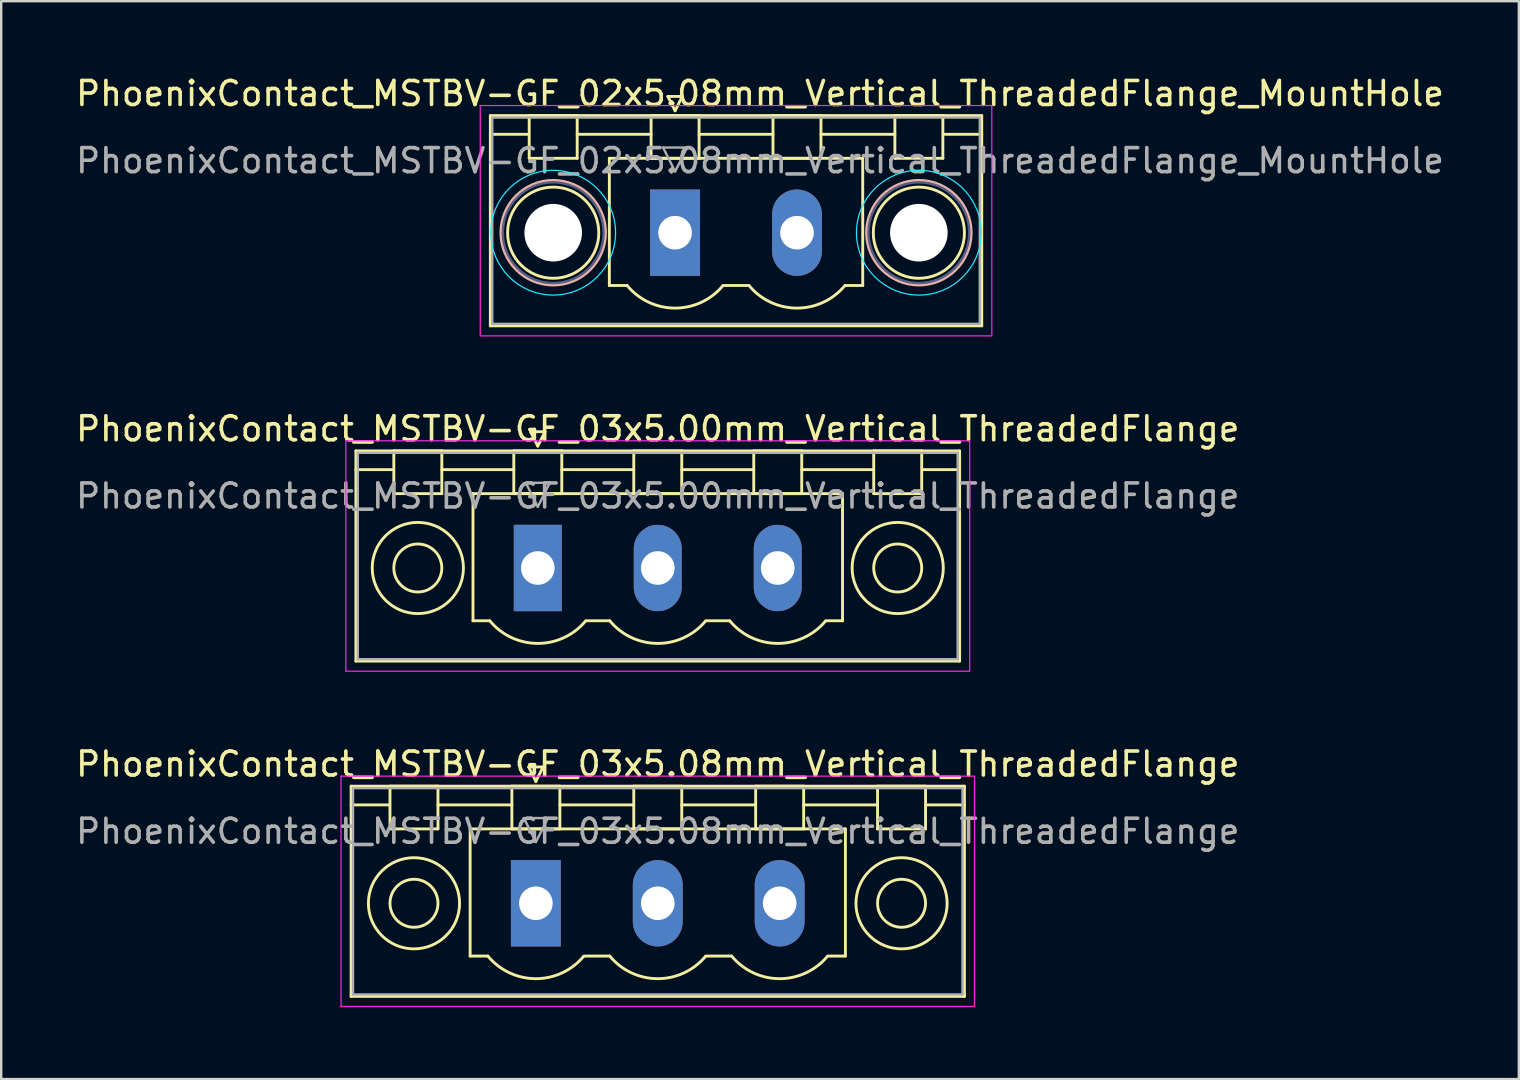
<source format=kicad_pcb>
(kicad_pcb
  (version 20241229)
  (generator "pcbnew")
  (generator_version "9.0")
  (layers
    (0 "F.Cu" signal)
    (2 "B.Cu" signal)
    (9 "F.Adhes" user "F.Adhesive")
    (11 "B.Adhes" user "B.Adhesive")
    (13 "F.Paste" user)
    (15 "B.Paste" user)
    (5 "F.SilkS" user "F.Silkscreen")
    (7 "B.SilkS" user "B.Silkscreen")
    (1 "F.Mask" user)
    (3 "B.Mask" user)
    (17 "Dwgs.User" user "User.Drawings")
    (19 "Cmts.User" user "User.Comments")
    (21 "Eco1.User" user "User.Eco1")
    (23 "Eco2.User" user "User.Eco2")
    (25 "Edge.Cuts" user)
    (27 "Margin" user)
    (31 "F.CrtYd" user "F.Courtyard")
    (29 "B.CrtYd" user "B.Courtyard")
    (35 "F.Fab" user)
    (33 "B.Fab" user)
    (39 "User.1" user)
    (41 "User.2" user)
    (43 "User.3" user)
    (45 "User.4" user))
  (footprint "PhoenixContact_MSTBV-GF_02x5.08mm_Vertical_ThreadedFlange_MountHole"
    (layer "F.Cu")
    (at 25.085 6.648)
    (property "Reference" "PhoenixContact_MSTBV-GF_02x5.08mm_Vertical_ThreadedFlange_MountHole" (at 3.54 -5.8 0) (layer "F.SilkS") (effects (font (size 1 1) (thickness 0.15))))
    (attr through_hole)
    (fp_line (start -7.7 -4.88) (end -7.7 3.88) (stroke (width 0.12) (type solid)) (layer "F.SilkS"))
    (fp_line (start -7.7 -4.1) (end -6.16 -4.1) (stroke (width 0.12) (type solid)) (layer "F.SilkS"))
    (fp_line (start -7.7 3.88) (end 12.78 3.88) (stroke (width 0.12) (type solid)) (layer "F.SilkS"))
    (fp_line (start -6.08 -4.88) (end -4.08 -4.88) (stroke (width 0.12) (type solid)) (layer "F.SilkS"))
    (fp_line (start -6.08 -3.1) (end -6.08 -4.88) (stroke (width 0.12) (type solid)) (layer "F.SilkS"))
    (fp_line (start -4.08 -4.88) (end -4.08 -3.1) (stroke (width 0.12) (type solid)) (layer "F.SilkS"))
    (fp_line (start -4.08 -4.1) (end -1 -4.1) (stroke (width 0.12) (type solid)) (layer "F.SilkS"))
    (fp_line (start -4.08 -3.1) (end -6.08 -3.1) (stroke (width 0.12) (type solid)) (layer "F.SilkS"))
    (fp_line (start -2.74 -3.1) (end 7.82 -3.1) (stroke (width 0.12) (type solid)) (layer "F.SilkS"))
    (fp_line (start -2.74 2.2) (end -2.74 -3.1) (stroke (width 0.12) (type solid)) (layer "F.SilkS"))
    (fp_line (start -2 2.2) (end -2.74 2.2) (stroke (width 0.12) (type solid)) (layer "F.SilkS"))
    (fp_line (start -1 -4.88) (end 1 -4.88) (stroke (width 0.12) (type solid)) (layer "F.SilkS"))
    (fp_line (start -1 -3.1) (end -1 -4.88) (stroke (width 0.12) (type solid)) (layer "F.SilkS"))
    (fp_line (start -0.3 -5.68) (end 0.3 -5.68) (stroke (width 0.12) (type solid)) (layer "F.SilkS"))
    (fp_line (start 0 -5.08) (end -0.3 -5.68) (stroke (width 0.12) (type solid)) (layer "F.SilkS"))
    (fp_line (start 0.3 -5.68) (end 0 -5.08) (stroke (width 0.12) (type solid)) (layer "F.SilkS"))
    (fp_line (start 1 -4.88) (end 1 -3.1) (stroke (width 0.12) (type solid)) (layer "F.SilkS"))
    (fp_line (start 1 -4.1) (end 4.08 -4.1) (stroke (width 0.12) (type solid)) (layer "F.SilkS"))
    (fp_line (start 1 -3.1) (end -1 -3.1) (stroke (width 0.12) (type solid)) (layer "F.SilkS"))
    (fp_line (start 2 2.2) (end 3.08 2.2) (stroke (width 0.12) (type solid)) (layer "F.SilkS"))
    (fp_line (start 4.08 -4.88) (end 6.08 -4.88) (stroke (width 0.12) (type solid)) (layer "F.SilkS"))
    (fp_line (start 4.08 -3.1) (end 4.08 -4.88) (stroke (width 0.12) (type solid)) (layer "F.SilkS"))
    (fp_line (start 6.08 -4.88) (end 6.08 -3.1) (stroke (width 0.12) (type solid)) (layer "F.SilkS"))
    (fp_line (start 6.08 -4.1) (end 9.16 -4.1) (stroke (width 0.12) (type solid)) (layer "F.SilkS"))
    (fp_line (start 6.08 -3.1) (end 4.08 -3.1) (stroke (width 0.12) (type solid)) (layer "F.SilkS"))
    (fp_line (start 7.82 -3.1) (end 7.82 2.2) (stroke (width 0.12) (type solid)) (layer "F.SilkS"))
    (fp_line (start 7.82 2.2) (end 7.08 2.2) (stroke (width 0.12) (type solid)) (layer "F.SilkS"))
    (fp_line (start 9.16 -4.88) (end 11.16 -4.88) (stroke (width 0.12) (type solid)) (layer "F.SilkS"))
    (fp_line (start 9.16 -3.1) (end 9.16 -4.88) (stroke (width 0.12) (type solid)) (layer "F.SilkS"))
    (fp_line (start 11.16 -4.88) (end 11.16 -3.1) (stroke (width 0.12) (type solid)) (layer "F.SilkS"))
    (fp_line (start 11.16 -3.1) (end 9.16 -3.1) (stroke (width 0.12) (type solid)) (layer "F.SilkS"))
    (fp_line (start 12.78 -4.88) (end -7.7 -4.88) (stroke (width 0.12) (type solid)) (layer "F.SilkS"))
    (fp_line (start 12.78 -4.1) (end 11.24 -4.1) (stroke (width 0.12) (type solid)) (layer "F.SilkS"))
    (fp_line (start 12.78 3.88) (end 12.78 -4.88) (stroke (width 0.12) (type solid)) (layer "F.SilkS"))
    (fp_arc (start 1.986842 2.215821) (mid -0.010289 3.142758) (end -2 2.2) (stroke (width 0.12) (type solid)) (layer "F.SilkS"))
    (fp_arc (start 7.066842 2.215821) (mid 5.069711 3.142758) (end 3.08 2.2) (stroke (width 0.12) (type solid)) (layer "F.SilkS"))
    (fp_circle (center -5.08 0) (end -3.18 0) (stroke (width 0.12) (type solid)) (fill no) (layer "F.SilkS"))
    (fp_circle (center 10.16 0) (end 12.06 0) (stroke (width 0.12) (type solid)) (fill no) (layer "F.SilkS"))
    (fp_circle (center -5.08 0) (end -2.9 0) (stroke (width 0.12) (type solid)) (fill no) (layer "B.SilkS"))
    (fp_circle (center 10.16 0) (end 12.34 0) (stroke (width 0.12) (type solid)) (fill no) (layer "B.SilkS"))
    (fp_circle (center -5.08 0) (end -2.48 0) (stroke (width 0.05) (type solid)) (fill no) (layer "B.CrtYd"))
    (fp_circle (center 10.16 0) (end 12.76 0) (stroke (width 0.05) (type solid)) (fill no) (layer "B.CrtYd"))
    (fp_line (start -8.12 -5.3) (end -8.12 4.3) (stroke (width 0.05) (type solid)) (layer "F.CrtYd"))
    (fp_line (start -8.12 4.3) (end 13.2 4.3) (stroke (width 0.05) (type solid)) (layer "F.CrtYd"))
    (fp_line (start 13.2 -5.3) (end -8.12 -5.3) (stroke (width 0.05) (type solid)) (layer "F.CrtYd"))
    (fp_line (start 13.2 4.3) (end 13.2 -5.3) (stroke (width 0.05) (type solid)) (layer "F.CrtYd"))
    (fp_circle (center -5.08 0) (end -2.98 0) (stroke (width 0.1) (type solid)) (fill no) (layer "B.Fab"))
    (fp_circle (center 10.16 0) (end 12.26 0) (stroke (width 0.1) (type solid)) (fill no) (layer "B.Fab"))
    (fp_line (start -7.62 -4.8) (end -7.62 3.8) (stroke (width 0.1) (type solid)) (layer "F.Fab"))
    (fp_line (start -7.62 3.8) (end 12.7 3.8) (stroke (width 0.1) (type solid)) (layer "F.Fab"))
    (fp_line (start -0.5 -3.55) (end 0.5 -3.55) (stroke (width 0.1) (type solid)) (layer "F.Fab"))
    (fp_line (start 0 -2.55) (end -0.5 -3.55) (stroke (width 0.1) (type solid)) (layer "F.Fab"))
    (fp_line (start 0.5 -3.55) (end 0 -2.55) (stroke (width 0.1) (type solid)) (layer "F.Fab"))
    (fp_line (start 12.7 -4.8) (end -7.62 -4.8) (stroke (width 0.1) (type solid)) (layer "F.Fab"))
    (fp_line (start 12.7 3.8) (end 12.7 -4.8) (stroke (width 0.1) (type solid)) (layer "F.Fab"))
    (fp_text user "${REFERENCE}" (at 3.54 -3 0) (layer "F.Fab") (effects (font (size 1 1) (thickness 0.15))))
    (pad "" np_thru_hole circle (at -5.08 0) (size 2.4 2.4) (drill 2.4) (layers "*.Cu" "*.Mask"))
    (pad "" np_thru_hole circle (at 10.16 0) (size 2.4 2.4) (drill 2.4) (layers "*.Cu" "*.Mask"))
    (pad "1" thru_hole rect (at 0 0) (size 2.08 3.6) (drill 1.4) (layers "*.Cu" "*.Mask"))
    (pad "2" thru_hole oval (at 5.08 0) (size 2.08 3.6) (drill 1.4) (layers "*.Cu" "*.Mask")))
  (footprint "PhoenixContact_MSTBV-GF_03x5.08mm_Vertical_ThreadedFlange"
    (layer "F.Cu")
    (at 19.283 34.595)
    (property "Reference" "PhoenixContact_MSTBV-GF_03x5.08mm_Vertical_ThreadedFlange" (at 5.08 -5.8 0) (layer "F.SilkS") (effects (font (size 1 1) (thickness 0.15))))
    (attr through_hole)
    (fp_line (start -7.7 -4.88) (end -7.7 3.88) (stroke (width 0.12) (type solid)) (layer "F.SilkS"))
    (fp_line (start -7.7 -4.1) (end -6.16 -4.1) (stroke (width 0.12) (type solid)) (layer "F.SilkS"))
    (fp_line (start -7.7 3.88) (end 17.86 3.88) (stroke (width 0.12) (type solid)) (layer "F.SilkS"))
    (fp_line (start -6.08 -4.88) (end -4.08 -4.88) (stroke (width 0.12) (type solid)) (layer "F.SilkS"))
    (fp_line (start -6.08 -3.1) (end -6.08 -4.88) (stroke (width 0.12) (type solid)) (layer "F.SilkS"))
    (fp_line (start -4.08 -4.88) (end -4.08 -3.1) (stroke (width 0.12) (type solid)) (layer "F.SilkS"))
    (fp_line (start -4.08 -4.1) (end -1 -4.1) (stroke (width 0.12) (type solid)) (layer "F.SilkS"))
    (fp_line (start -4.08 -3.1) (end -6.08 -3.1) (stroke (width 0.12) (type solid)) (layer "F.SilkS"))
    (fp_line (start -2.74 -3.1) (end 12.9 -3.1) (stroke (width 0.12) (type solid)) (layer "F.SilkS"))
    (fp_line (start -2.74 2.2) (end -2.74 -3.1) (stroke (width 0.12) (type solid)) (layer "F.SilkS"))
    (fp_line (start -2 2.2) (end -2.74 2.2) (stroke (width 0.12) (type solid)) (layer "F.SilkS"))
    (fp_line (start -1 -4.88) (end 1 -4.88) (stroke (width 0.12) (type solid)) (layer "F.SilkS"))
    (fp_line (start -1 -3.1) (end -1 -4.88) (stroke (width 0.12) (type solid)) (layer "F.SilkS"))
    (fp_line (start -0.3 -5.68) (end 0.3 -5.68) (stroke (width 0.12) (type solid)) (layer "F.SilkS"))
    (fp_line (start 0 -5.08) (end -0.3 -5.68) (stroke (width 0.12) (type solid)) (layer "F.SilkS"))
    (fp_line (start 0.3 -5.68) (end 0 -5.08) (stroke (width 0.12) (type solid)) (layer "F.SilkS"))
    (fp_line (start 1 -4.88) (end 1 -3.1) (stroke (width 0.12) (type solid)) (layer "F.SilkS"))
    (fp_line (start 1 -4.1) (end 4.08 -4.1) (stroke (width 0.12) (type solid)) (layer "F.SilkS"))
    (fp_line (start 1 -3.1) (end -1 -3.1) (stroke (width 0.12) (type solid)) (layer "F.SilkS"))
    (fp_line (start 2 2.2) (end 3.08 2.2) (stroke (width 0.12) (type solid)) (layer "F.SilkS"))
    (fp_line (start 4.08 -4.88) (end 6.08 -4.88) (stroke (width 0.12) (type solid)) (layer "F.SilkS"))
    (fp_line (start 4.08 -3.1) (end 4.08 -4.88) (stroke (width 0.12) (type solid)) (layer "F.SilkS"))
    (fp_line (start 6.08 -4.88) (end 6.08 -3.1) (stroke (width 0.12) (type solid)) (layer "F.SilkS"))
    (fp_line (start 6.08 -4.1) (end 9.16 -4.1) (stroke (width 0.12) (type solid)) (layer "F.SilkS"))
    (fp_line (start 6.08 -3.1) (end 4.08 -3.1) (stroke (width 0.12) (type solid)) (layer "F.SilkS"))
    (fp_line (start 7.08 2.2) (end 8.16 2.2) (stroke (width 0.12) (type solid)) (layer "F.SilkS"))
    (fp_line (start 9.16 -4.88) (end 11.16 -4.88) (stroke (width 0.12) (type solid)) (layer "F.SilkS"))
    (fp_line (start 9.16 -3.1) (end 9.16 -4.88) (stroke (width 0.12) (type solid)) (layer "F.SilkS"))
    (fp_line (start 11.16 -4.88) (end 11.16 -3.1) (stroke (width 0.12) (type solid)) (layer "F.SilkS"))
    (fp_line (start 11.16 -4.1) (end 14.24 -4.1) (stroke (width 0.12) (type solid)) (layer "F.SilkS"))
    (fp_line (start 11.16 -3.1) (end 9.16 -3.1) (stroke (width 0.12) (type solid)) (layer "F.SilkS"))
    (fp_line (start 12.9 -3.1) (end 12.9 2.2) (stroke (width 0.12) (type solid)) (layer "F.SilkS"))
    (fp_line (start 12.9 2.2) (end 12.16 2.2) (stroke (width 0.12) (type solid)) (layer "F.SilkS"))
    (fp_line (start 14.24 -4.88) (end 16.24 -4.88) (stroke (width 0.12) (type solid)) (layer "F.SilkS"))
    (fp_line (start 14.24 -3.1) (end 14.24 -4.88) (stroke (width 0.12) (type solid)) (layer "F.SilkS"))
    (fp_line (start 16.24 -4.88) (end 16.24 -3.1) (stroke (width 0.12) (type solid)) (layer "F.SilkS"))
    (fp_line (start 16.24 -3.1) (end 14.24 -3.1) (stroke (width 0.12) (type solid)) (layer "F.SilkS"))
    (fp_line (start 17.86 -4.88) (end -7.7 -4.88) (stroke (width 0.12) (type solid)) (layer "F.SilkS"))
    (fp_line (start 17.86 -4.1) (end 16.32 -4.1) (stroke (width 0.12) (type solid)) (layer "F.SilkS"))
    (fp_line (start 17.86 3.88) (end 17.86 -4.88) (stroke (width 0.12) (type solid)) (layer "F.SilkS"))
    (fp_arc (start 1.986842 2.215821) (mid -0.010289 3.142758) (end -2 2.2) (stroke (width 0.12) (type solid)) (layer "F.SilkS"))
    (fp_arc (start 7.066842 2.215821) (mid 5.069711 3.142758) (end 3.08 2.2) (stroke (width 0.12) (type solid)) (layer "F.SilkS"))
    (fp_arc (start 12.146842 2.215821) (mid 10.149711 3.142758) (end 8.16 2.2) (stroke (width 0.12) (type solid)) (layer "F.SilkS"))
    (fp_circle (center -5.08 0) (end -4.08 0) (stroke (width 0.12) (type solid)) (fill no) (layer "F.SilkS"))
    (fp_circle (center -5.08 0) (end -3.18 0) (stroke (width 0.12) (type solid)) (fill no) (layer "F.SilkS"))
    (fp_circle (center 15.24 0) (end 16.24 0) (stroke (width 0.12) (type solid)) (fill no) (layer "F.SilkS"))
    (fp_circle (center 15.24 0) (end 17.14 0) (stroke (width 0.12) (type solid)) (fill no) (layer "F.SilkS"))
    (fp_line (start -8.12 -5.3) (end -8.12 4.3) (stroke (width 0.05) (type solid)) (layer "F.CrtYd"))
    (fp_line (start -8.12 4.3) (end 18.28 4.3) (stroke (width 0.05) (type solid)) (layer "F.CrtYd"))
    (fp_line (start 18.28 -5.3) (end -8.12 -5.3) (stroke (width 0.05) (type solid)) (layer "F.CrtYd"))
    (fp_line (start 18.28 4.3) (end 18.28 -5.3) (stroke (width 0.05) (type solid)) (layer "F.CrtYd"))
    (fp_line (start -7.62 -4.8) (end -7.62 3.8) (stroke (width 0.1) (type solid)) (layer "F.Fab"))
    (fp_line (start -7.62 3.8) (end 17.78 3.8) (stroke (width 0.1) (type solid)) (layer "F.Fab"))
    (fp_line (start -0.5 -3.55) (end 0.5 -3.55) (stroke (width 0.1) (type solid)) (layer "F.Fab"))
    (fp_line (start 0 -2.55) (end -0.5 -3.55) (stroke (width 0.1) (type solid)) (layer "F.Fab"))
    (fp_line (start 0.5 -3.55) (end 0 -2.55) (stroke (width 0.1) (type solid)) (layer "F.Fab"))
    (fp_line (start 17.78 -4.8) (end -7.62 -4.8) (stroke (width 0.1) (type solid)) (layer "F.Fab"))
    (fp_line (start 17.78 3.8) (end 17.78 -4.8) (stroke (width 0.1) (type solid)) (layer "F.Fab"))
    (fp_text user "${REFERENCE}" (at 5.08 -3 0) (layer "F.Fab") (effects (font (size 1 1) (thickness 0.15))))
    (pad "1" thru_hole rect (at 0 0) (size 2.08 3.6) (drill 1.4) (layers "*.Cu" "*.Mask"))
    (pad "2" thru_hole oval (at 5.08 0) (size 2.08 3.6) (drill 1.4) (layers "*.Cu" "*.Mask"))
    (pad "3" thru_hole oval (at 10.16 0) (size 2.08 3.6) (drill 1.4) (layers "*.Cu" "*.Mask")))
  (footprint "PhoenixContact_MSTBV-GF_03x5.00mm_Vertical_ThreadedFlange"
    (layer "F.Cu")
    (at 19.363 20.622)
    (property "Reference" "PhoenixContact_MSTBV-GF_03x5.00mm_Vertical_ThreadedFlange" (at 5 -5.8 0) (layer "F.SilkS") (effects (font (size 1 1) (thickness 0.15))))
    (attr through_hole)
    (fp_line (start -7.58 -4.88) (end -7.58 3.88) (stroke (width 0.12) (type solid)) (layer "F.SilkS"))
    (fp_line (start -7.58 -4.1) (end -6.08 -4.1) (stroke (width 0.12) (type solid)) (layer "F.SilkS"))
    (fp_line (start -7.58 3.88) (end 17.58 3.88) (stroke (width 0.12) (type solid)) (layer "F.SilkS"))
    (fp_line (start -6 -4.88) (end -4 -4.88) (stroke (width 0.12) (type solid)) (layer "F.SilkS"))
    (fp_line (start -6 -3.1) (end -6 -4.88) (stroke (width 0.12) (type solid)) (layer "F.SilkS"))
    (fp_line (start -4 -4.88) (end -4 -3.1) (stroke (width 0.12) (type solid)) (layer "F.SilkS"))
    (fp_line (start -4 -4.1) (end -1 -4.1) (stroke (width 0.12) (type solid)) (layer "F.SilkS"))
    (fp_line (start -4 -3.1) (end -6 -3.1) (stroke (width 0.12) (type solid)) (layer "F.SilkS"))
    (fp_line (start -2.7 -3.1) (end 12.7 -3.1) (stroke (width 0.12) (type solid)) (layer "F.SilkS"))
    (fp_line (start -2.7 2.2) (end -2.7 -3.1) (stroke (width 0.12) (type solid)) (layer "F.SilkS"))
    (fp_line (start -2 2.2) (end -2.7 2.2) (stroke (width 0.12) (type solid)) (layer "F.SilkS"))
    (fp_line (start -1 -4.88) (end 1 -4.88) (stroke (width 0.12) (type solid)) (layer "F.SilkS"))
    (fp_line (start -1 -3.1) (end -1 -4.88) (stroke (width 0.12) (type solid)) (layer "F.SilkS"))
    (fp_line (start -0.3 -5.68) (end 0.3 -5.68) (stroke (width 0.12) (type solid)) (layer "F.SilkS"))
    (fp_line (start 0 -5.08) (end -0.3 -5.68) (stroke (width 0.12) (type solid)) (layer "F.SilkS"))
    (fp_line (start 0.3 -5.68) (end 0 -5.08) (stroke (width 0.12) (type solid)) (layer "F.SilkS"))
    (fp_line (start 1 -4.88) (end 1 -3.1) (stroke (width 0.12) (type solid)) (layer "F.SilkS"))
    (fp_line (start 1 -4.1) (end 4 -4.1) (stroke (width 0.12) (type solid)) (layer "F.SilkS"))
    (fp_line (start 1 -3.1) (end -1 -3.1) (stroke (width 0.12) (type solid)) (layer "F.SilkS"))
    (fp_line (start 2 2.2) (end 3 2.2) (stroke (width 0.12) (type solid)) (layer "F.SilkS"))
    (fp_line (start 4 -4.88) (end 6 -4.88) (stroke (width 0.12) (type solid)) (layer "F.SilkS"))
    (fp_line (start 4 -3.1) (end 4 -4.88) (stroke (width 0.12) (type solid)) (layer "F.SilkS"))
    (fp_line (start 6 -4.88) (end 6 -3.1) (stroke (width 0.12) (type solid)) (layer "F.SilkS"))
    (fp_line (start 6 -4.1) (end 9 -4.1) (stroke (width 0.12) (type solid)) (layer "F.SilkS"))
    (fp_line (start 6 -3.1) (end 4 -3.1) (stroke (width 0.12) (type solid)) (layer "F.SilkS"))
    (fp_line (start 7 2.2) (end 8 2.2) (stroke (width 0.12) (type solid)) (layer "F.SilkS"))
    (fp_line (start 9 -4.88) (end 11 -4.88) (stroke (width 0.12) (type solid)) (layer "F.SilkS"))
    (fp_line (start 9 -3.1) (end 9 -4.88) (stroke (width 0.12) (type solid)) (layer "F.SilkS"))
    (fp_line (start 11 -4.88) (end 11 -3.1) (stroke (width 0.12) (type solid)) (layer "F.SilkS"))
    (fp_line (start 11 -4.1) (end 14 -4.1) (stroke (width 0.12) (type solid)) (layer "F.SilkS"))
    (fp_line (start 11 -3.1) (end 9 -3.1) (stroke (width 0.12) (type solid)) (layer "F.SilkS"))
    (fp_line (start 12.7 -3.1) (end 12.7 2.2) (stroke (width 0.12) (type solid)) (layer "F.SilkS"))
    (fp_line (start 12.7 2.2) (end 12 2.2) (stroke (width 0.12) (type solid)) (layer "F.SilkS"))
    (fp_line (start 14 -4.88) (end 16 -4.88) (stroke (width 0.12) (type solid)) (layer "F.SilkS"))
    (fp_line (start 14 -3.1) (end 14 -4.88) (stroke (width 0.12) (type solid)) (layer "F.SilkS"))
    (fp_line (start 16 -4.88) (end 16 -3.1) (stroke (width 0.12) (type solid)) (layer "F.SilkS"))
    (fp_line (start 16 -3.1) (end 14 -3.1) (stroke (width 0.12) (type solid)) (layer "F.SilkS"))
    (fp_line (start 17.58 -4.88) (end -7.58 -4.88) (stroke (width 0.12) (type solid)) (layer "F.SilkS"))
    (fp_line (start 17.58 -4.1) (end 16.08 -4.1) (stroke (width 0.12) (type solid)) (layer "F.SilkS"))
    (fp_line (start 17.58 3.88) (end 17.58 -4.88) (stroke (width 0.12) (type solid)) (layer "F.SilkS"))
    (fp_arc (start 1.986842 2.215821) (mid -0.010289 3.142758) (end -2 2.2) (stroke (width 0.12) (type solid)) (layer "F.SilkS"))
    (fp_arc (start 6.986842 2.215821) (mid 4.989711 3.142758) (end 3 2.2) (stroke (width 0.12) (type solid)) (layer "F.SilkS"))
    (fp_arc (start 11.986842 2.215821) (mid 9.989711 3.142758) (end 8 2.2) (stroke (width 0.12) (type solid)) (layer "F.SilkS"))
    (fp_circle (center -5 0) (end -4 0) (stroke (width 0.12) (type solid)) (fill no) (layer "F.SilkS"))
    (fp_circle (center -5 0) (end -3.1 0) (stroke (width 0.12) (type solid)) (fill no) (layer "F.SilkS"))
    (fp_circle (center 15 0) (end 16 0) (stroke (width 0.12) (type solid)) (fill no) (layer "F.SilkS"))
    (fp_circle (center 15 0) (end 16.9 0) (stroke (width 0.12) (type solid)) (fill no) (layer "F.SilkS"))
    (fp_line (start -8 -5.3) (end -8 4.3) (stroke (width 0.05) (type solid)) (layer "F.CrtYd"))
    (fp_line (start -8 4.3) (end 18 4.3) (stroke (width 0.05) (type solid)) (layer "F.CrtYd"))
    (fp_line (start 18 -5.3) (end -8 -5.3) (stroke (width 0.05) (type solid)) (layer "F.CrtYd"))
    (fp_line (start 18 4.3) (end 18 -5.3) (stroke (width 0.05) (type solid)) (layer "F.CrtYd"))
    (fp_line (start -7.5 -4.8) (end -7.5 3.8) (stroke (width 0.1) (type solid)) (layer "F.Fab"))
    (fp_line (start -7.5 3.8) (end 17.5 3.8) (stroke (width 0.1) (type solid)) (layer "F.Fab"))
    (fp_line (start -0.5 -3.55) (end 0.5 -3.55) (stroke (width 0.1) (type solid)) (layer "F.Fab"))
    (fp_line (start 0 -2.55) (end -0.5 -3.55) (stroke (width 0.1) (type solid)) (layer "F.Fab"))
    (fp_line (start 0.5 -3.55) (end 0 -2.55) (stroke (width 0.1) (type solid)) (layer "F.Fab"))
    (fp_line (start 17.5 -4.8) (end -7.5 -4.8) (stroke (width 0.1) (type solid)) (layer "F.Fab"))
    (fp_line (start 17.5 3.8) (end 17.5 -4.8) (stroke (width 0.1) (type solid)) (layer "F.Fab"))
    (fp_text user "${REFERENCE}" (at 5 -3 0) (layer "F.Fab") (effects (font (size 1 1) (thickness 0.15))))
    (pad "1" thru_hole rect (at 0 0) (size 2 3.6) (drill 1.4) (layers "*.Cu" "*.Mask"))
    (pad "2" thru_hole oval (at 5 0) (size 2 3.6) (drill 1.4) (layers "*.Cu" "*.Mask"))
    (pad "3" thru_hole oval (at 10 0) (size 2 3.6) (drill 1.4) (layers "*.Cu" "*.Mask")))
  (gr_rect
    (start -3 -3)
    (end 60.25 41.92)
    (stroke (width 0.1) (type default))
    (fill no)
    (layer "Edge.Cuts")))
</source>
